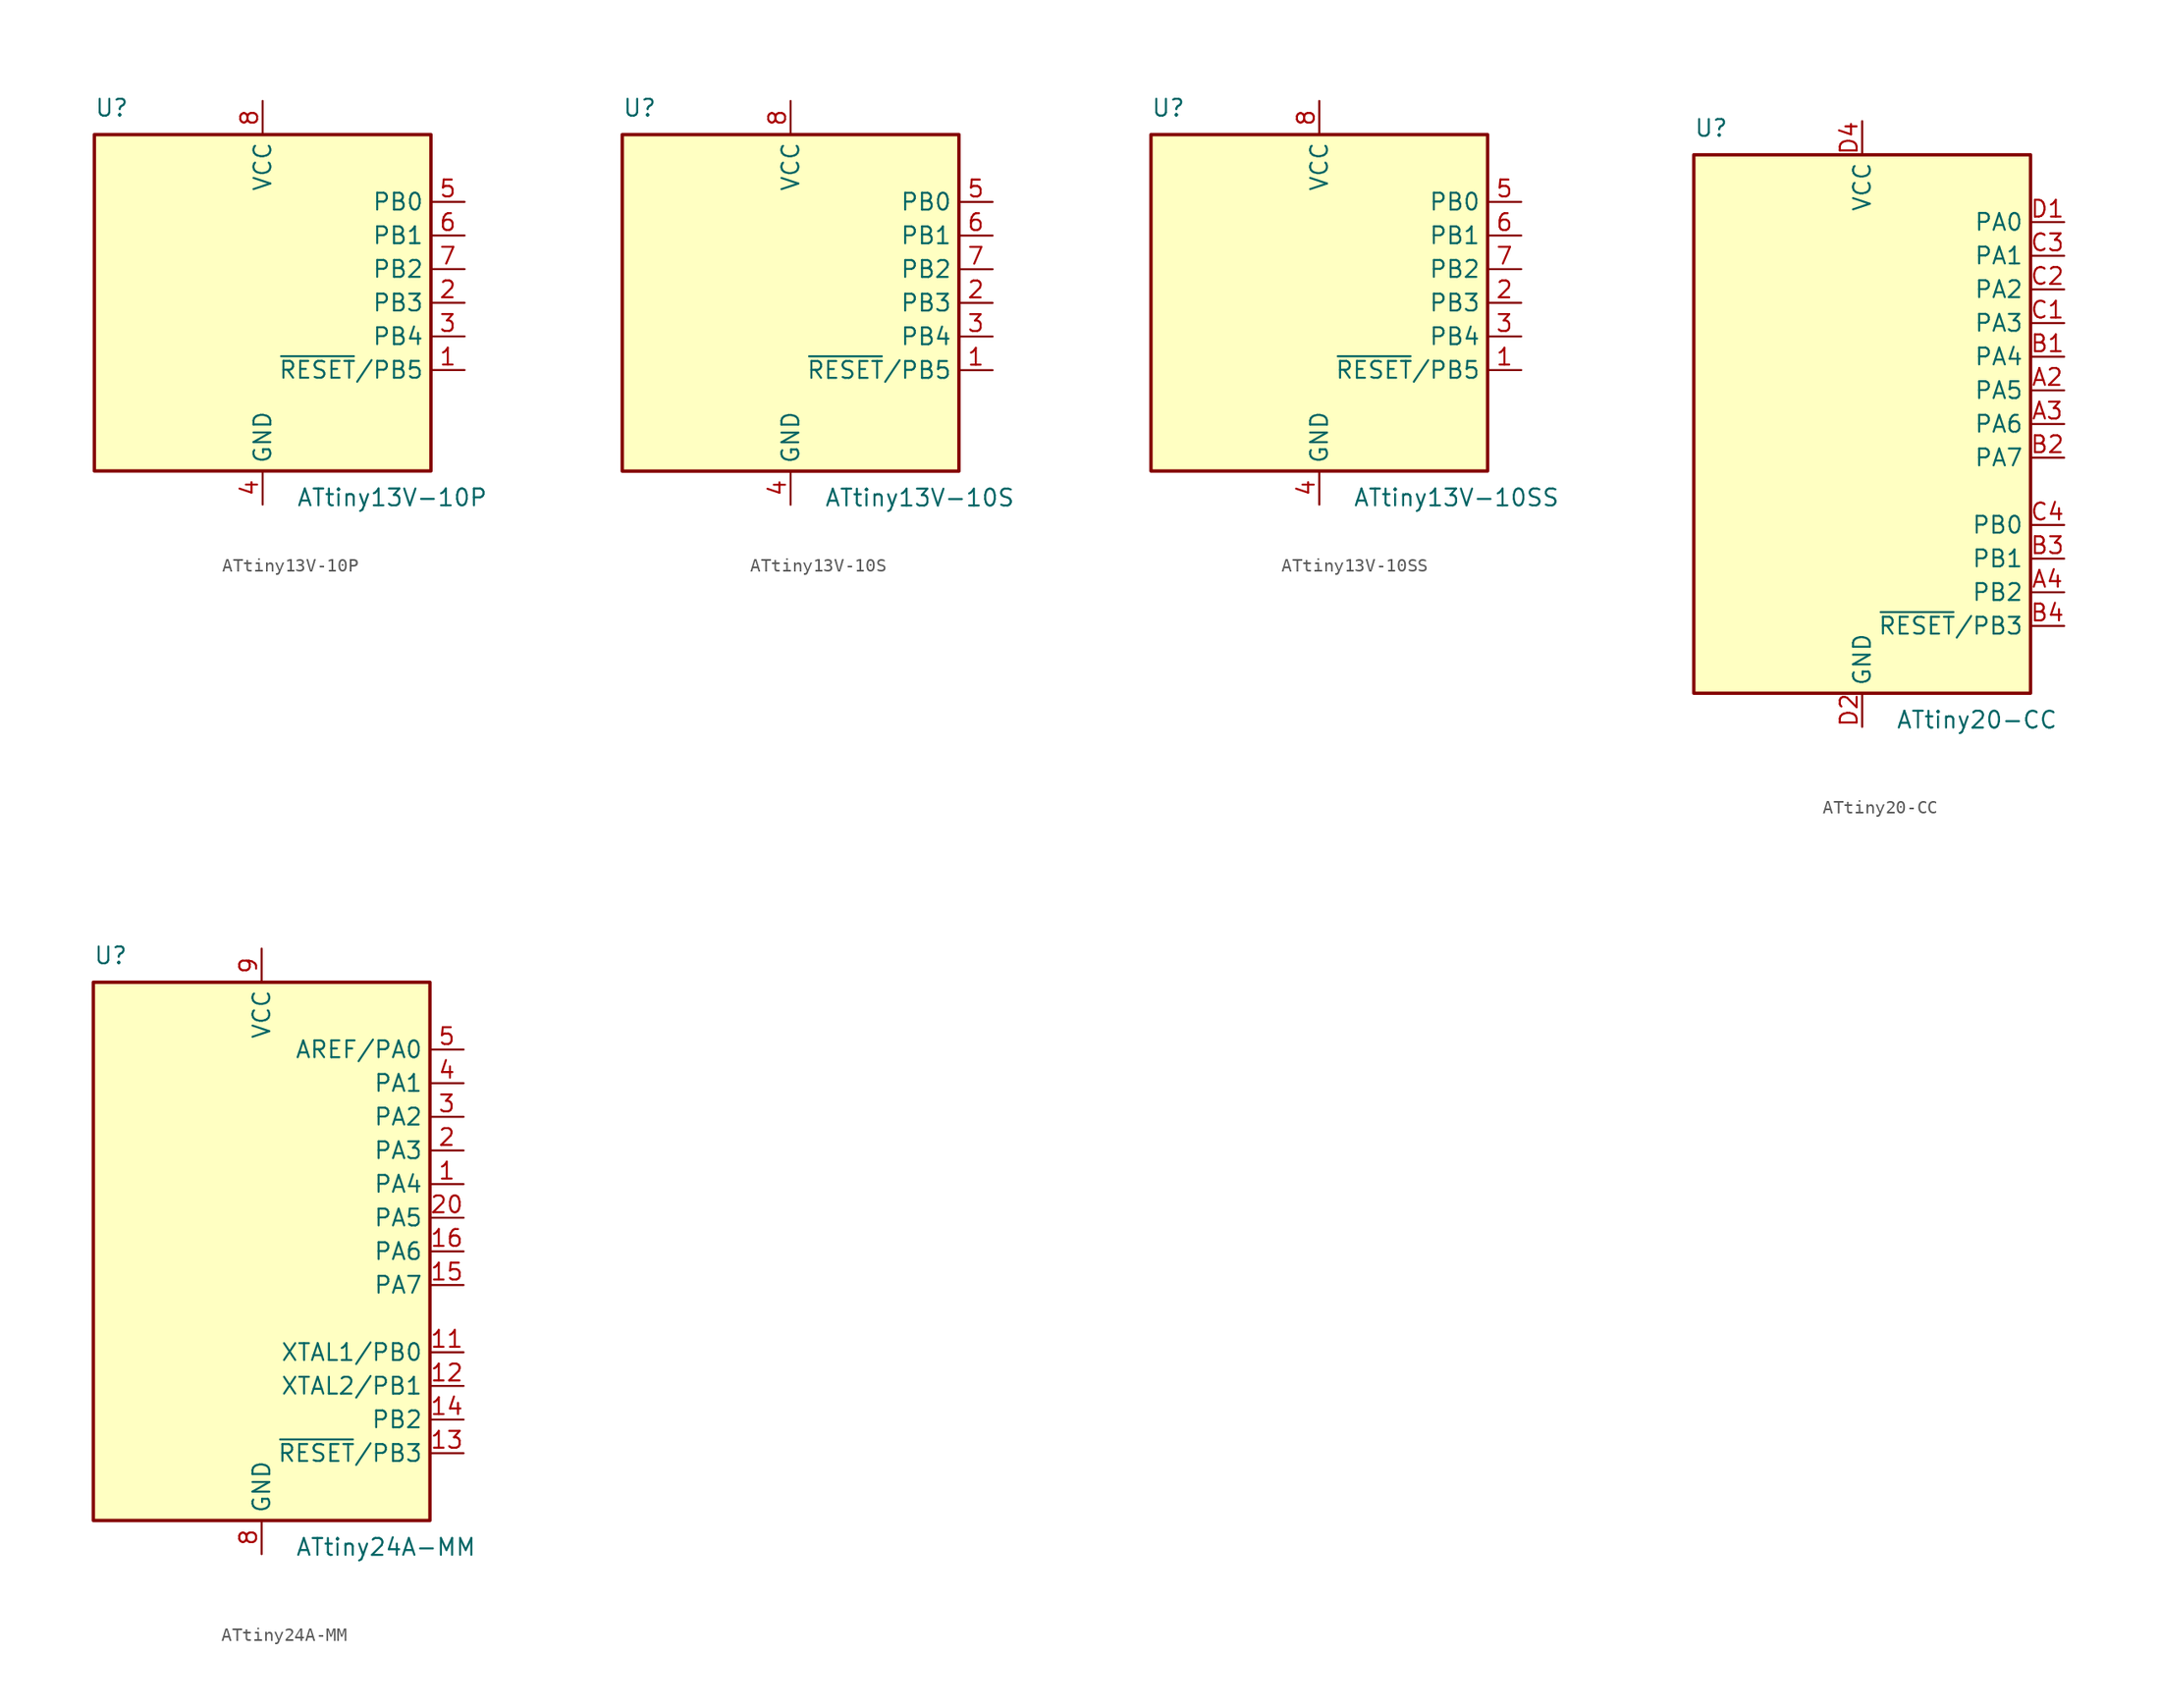
<source format=kicad_sym>
(kicad_symbol_lib
  (version 20220914)
  (generator kicad_symbol_editor)
  (symbol "ATtiny13V-10P"
    (property "Reference" "U"
      (at -12.7 13.97 0)
      (effects (font (size 1.27 1.27)) (justify left bottom)))
    (property "Value" "ATtiny13V-10P"
      (at 2.54 -13.97 0)
      (effects (font (size 1.27 1.27)) (justify left top)))
    (symbol "ATtiny13V-10P_0_1"
      (rectangle (start -12.7 -12.7) (end 12.7 12.7) (stroke (width 0.254) (type default)) (fill (type background))))
    (symbol "ATtiny13V-10P_1_1"
      (pin bidirectional line (at 15.24 -5.08 180) (length 2.54) (name "~{RESET}/PB5" (effects (font (size 1.27 1.27)))) (number "1" (effects (font (size 1.27 1.27)))))
      (pin bidirectional line (at 15.24 0 180) (length 2.54) (name "PB3" (effects (font (size 1.27 1.27)))) (number "2" (effects (font (size 1.27 1.27)))))
      (pin bidirectional line (at 15.24 -2.54 180) (length 2.54) (name "PB4" (effects (font (size 1.27 1.27)))) (number "3" (effects (font (size 1.27 1.27)))))
      (pin power_in line (at 0 -15.24 90) (length 2.54) (name "GND" (effects (font (size 1.27 1.27)))) (number "4" (effects (font (size 1.27 1.27)))))
      (pin bidirectional line (at 15.24 7.62 180) (length 2.54) (name "PB0" (effects (font (size 1.27 1.27)))) (number "5" (effects (font (size 1.27 1.27)))))
      (pin bidirectional line (at 15.24 5.08 180) (length 2.54) (name "PB1" (effects (font (size 1.27 1.27)))) (number "6" (effects (font (size 1.27 1.27)))))
      (pin bidirectional line (at 15.24 2.54 180) (length 2.54) (name "PB2" (effects (font (size 1.27 1.27)))) (number "7" (effects (font (size 1.27 1.27)))))
      (pin power_in line (at 0 15.24 270) (length 2.54) (name "VCC" (effects (font (size 1.27 1.27)))) (number "8" (effects (font (size 1.27 1.27)))))))
  (symbol "ATtiny13V-10S"
    (property "Reference" "U"
      (at -12.7 13.97 0)
      (effects (font (size 1.27 1.27)) (justify left bottom)))
    (property "Value" "ATtiny13V-10S"
      (at 2.54 -13.97 0)
      (effects (font (size 1.27 1.27)) (justify left top)))
    (symbol "ATtiny13V-10S_0_1"
      (rectangle (start -12.7 -12.7) (end 12.7 12.7) (stroke (width 0.254) (type default)) (fill (type background))))
    (symbol "ATtiny13V-10S_1_1"
      (pin bidirectional line (at 15.24 -5.08 180) (length 2.54) (name "~{RESET}/PB5" (effects (font (size 1.27 1.27)))) (number "1" (effects (font (size 1.27 1.27)))))
      (pin bidirectional line (at 15.24 0 180) (length 2.54) (name "PB3" (effects (font (size 1.27 1.27)))) (number "2" (effects (font (size 1.27 1.27)))))
      (pin bidirectional line (at 15.24 -2.54 180) (length 2.54) (name "PB4" (effects (font (size 1.27 1.27)))) (number "3" (effects (font (size 1.27 1.27)))))
      (pin power_in line (at 0 -15.24 90) (length 2.54) (name "GND" (effects (font (size 1.27 1.27)))) (number "4" (effects (font (size 1.27 1.27)))))
      (pin bidirectional line (at 15.24 7.62 180) (length 2.54) (name "PB0" (effects (font (size 1.27 1.27)))) (number "5" (effects (font (size 1.27 1.27)))))
      (pin bidirectional line (at 15.24 5.08 180) (length 2.54) (name "PB1" (effects (font (size 1.27 1.27)))) (number "6" (effects (font (size 1.27 1.27)))))
      (pin bidirectional line (at 15.24 2.54 180) (length 2.54) (name "PB2" (effects (font (size 1.27 1.27)))) (number "7" (effects (font (size 1.27 1.27)))))
      (pin power_in line (at 0 15.24 270) (length 2.54) (name "VCC" (effects (font (size 1.27 1.27)))) (number "8" (effects (font (size 1.27 1.27)))))))
  (symbol "ATtiny13V-10SS"
    (property "Reference" "U"
      (at -12.7 13.97 0)
      (effects (font (size 1.27 1.27)) (justify left bottom)))
    (property "Value" "ATtiny13V-10SS"
      (at 2.54 -13.97 0)
      (effects (font (size 1.27 1.27)) (justify left top)))
    (symbol "ATtiny13V-10SS_0_1"
      (rectangle (start -12.7 -12.7) (end 12.7 12.7) (stroke (width 0.254) (type default)) (fill (type background))))
    (symbol "ATtiny13V-10SS_1_1"
      (pin bidirectional line (at 15.24 -5.08 180) (length 2.54) (name "~{RESET}/PB5" (effects (font (size 1.27 1.27)))) (number "1" (effects (font (size 1.27 1.27)))))
      (pin bidirectional line (at 15.24 0 180) (length 2.54) (name "PB3" (effects (font (size 1.27 1.27)))) (number "2" (effects (font (size 1.27 1.27)))))
      (pin bidirectional line (at 15.24 -2.54 180) (length 2.54) (name "PB4" (effects (font (size 1.27 1.27)))) (number "3" (effects (font (size 1.27 1.27)))))
      (pin power_in line (at 0 -15.24 90) (length 2.54) (name "GND" (effects (font (size 1.27 1.27)))) (number "4" (effects (font (size 1.27 1.27)))))
      (pin bidirectional line (at 15.24 7.62 180) (length 2.54) (name "PB0" (effects (font (size 1.27 1.27)))) (number "5" (effects (font (size 1.27 1.27)))))
      (pin bidirectional line (at 15.24 5.08 180) (length 2.54) (name "PB1" (effects (font (size 1.27 1.27)))) (number "6" (effects (font (size 1.27 1.27)))))
      (pin bidirectional line (at 15.24 2.54 180) (length 2.54) (name "PB2" (effects (font (size 1.27 1.27)))) (number "7" (effects (font (size 1.27 1.27)))))
      (pin power_in line (at 0 15.24 270) (length 2.54) (name "VCC" (effects (font (size 1.27 1.27)))) (number "8" (effects (font (size 1.27 1.27)))))))
  (symbol "ATtiny20-CC"
    (property "Reference" "U"
      (at -12.7 21.59 0)
      (effects (font (size 1.27 1.27)) (justify left bottom)))
    (property "Value" "ATtiny20-CC"
      (at 2.54 -21.59 0)
      (effects (font (size 1.27 1.27)) (justify left top)))
    (symbol "ATtiny20-CC_0_1"
      (rectangle (start -12.7 -20.32) (end 12.7 20.32) (stroke (width 0.254) (type default)) (fill (type background))))
    (symbol "ATtiny20-CC_1_1"
      (pin bidirectional line (at 15.24 2.54 180) (length 2.54) (name "PA5" (effects (font (size 1.27 1.27)))) (number "A2" (effects (font (size 1.27 1.27)))))
      (pin bidirectional line (at 15.24 0 180) (length 2.54) (name "PA6" (effects (font (size 1.27 1.27)))) (number "A3" (effects (font (size 1.27 1.27)))))
      (pin bidirectional line (at 15.24 -12.7 180) (length 2.54) (name "PB2" (effects (font (size 1.27 1.27)))) (number "A4" (effects (font (size 1.27 1.27)))))
      (pin bidirectional line (at 15.24 5.08 180) (length 2.54) (name "PA4" (effects (font (size 1.27 1.27)))) (number "B1" (effects (font (size 1.27 1.27)))))
      (pin bidirectional line (at 15.24 -2.54 180) (length 2.54) (name "PA7" (effects (font (size 1.27 1.27)))) (number "B2" (effects (font (size 1.27 1.27)))))
      (pin bidirectional line (at 15.24 -10.16 180) (length 2.54) (name "PB1" (effects (font (size 1.27 1.27)))) (number "B3" (effects (font (size 1.27 1.27)))))
      (pin bidirectional line (at 15.24 -15.24 180) (length 2.54) (name "~{RESET}/PB3" (effects (font (size 1.27 1.27)))) (number "B4" (effects (font (size 1.27 1.27)))))
      (pin bidirectional line (at 15.24 7.62 180) (length 2.54) (name "PA3" (effects (font (size 1.27 1.27)))) (number "C1" (effects (font (size 1.27 1.27)))))
      (pin bidirectional line (at 15.24 10.16 180) (length 2.54) (name "PA2" (effects (font (size 1.27 1.27)))) (number "C2" (effects (font (size 1.27 1.27)))))
      (pin bidirectional line (at 15.24 12.7 180) (length 2.54) (name "PA1" (effects (font (size 1.27 1.27)))) (number "C3" (effects (font (size 1.27 1.27)))))
      (pin bidirectional line (at 15.24 -7.62 180) (length 2.54) (name "PB0" (effects (font (size 1.27 1.27)))) (number "C4" (effects (font (size 1.27 1.27)))))
      (pin bidirectional line (at 15.24 15.24 180) (length 2.54) (name "PA0" (effects (font (size 1.27 1.27)))) (number "D1" (effects (font (size 1.27 1.27)))))
      (pin power_in line (at 0 -22.86 90) (length 2.54) (name "GND" (effects (font (size 1.27 1.27)))) (number "D2" (effects (font (size 1.27 1.27)))))
      (pin passive line (at 0 -22.86 90) (length 2.54) hide (name "GND" (effects (font (size 1.27 1.27)))) (number "D3" (effects (font (size 1.27 1.27)))))
      (pin power_in line (at 0 22.86 270) (length 2.54) (name "VCC" (effects (font (size 1.27 1.27)))) (number "D4" (effects (font (size 1.27 1.27)))))))
  (symbol "ATtiny24A-MM"
    (property "Reference" "U"
      (at -12.7 21.59 0)
      (effects (font (size 1.27 1.27)) (justify left bottom)))
    (property "Value" "ATtiny24A-MM"
      (at 2.54 -21.59 0)
      (effects (font (size 1.27 1.27)) (justify left top)))
    (symbol "ATtiny24A-MM_0_1"
      (rectangle (start -12.7 -20.32) (end 12.7 20.32) (stroke (width 0.254) (type default)) (fill (type background))))
    (symbol "ATtiny24A-MM_1_1"
      (pin bidirectional line (at 15.24 5.08 180) (length 2.54) (name "PA4" (effects (font (size 1.27 1.27)))) (number "1" (effects (font (size 1.27 1.27)))))
      (pin no_connect line (at -12.7 -10.16 0) (length 2.54) hide (name "NC" (effects (font (size 1.27 1.27)))) (number "10" (effects (font (size 1.27 1.27)))))
      (pin bidirectional line (at 15.24 -7.62 180) (length 2.54) (name "XTAL1/PB0" (effects (font (size 1.27 1.27)))) (number "11" (effects (font (size 1.27 1.27)))))
      (pin bidirectional line (at 15.24 -10.16 180) (length 2.54) (name "XTAL2/PB1" (effects (font (size 1.27 1.27)))) (number "12" (effects (font (size 1.27 1.27)))))
      (pin bidirectional line (at 15.24 -15.24 180) (length 2.54) (name "~{RESET}/PB3" (effects (font (size 1.27 1.27)))) (number "13" (effects (font (size 1.27 1.27)))))
      (pin bidirectional line (at 15.24 -12.7 180) (length 2.54) (name "PB2" (effects (font (size 1.27 1.27)))) (number "14" (effects (font (size 1.27 1.27)))))
      (pin bidirectional line (at 15.24 -2.54 180) (length 2.54) (name "PA7" (effects (font (size 1.27 1.27)))) (number "15" (effects (font (size 1.27 1.27)))))
      (pin bidirectional line (at 15.24 0 180) (length 2.54) (name "PA6" (effects (font (size 1.27 1.27)))) (number "16" (effects (font (size 1.27 1.27)))))
      (pin no_connect line (at -12.7 -12.7 0) (length 2.54) hide (name "NC" (effects (font (size 1.27 1.27)))) (number "17" (effects (font (size 1.27 1.27)))))
      (pin no_connect line (at -12.7 -15.24 0) (length 2.54) hide (name "NC" (effects (font (size 1.27 1.27)))) (number "18" (effects (font (size 1.27 1.27)))))
      (pin no_connect line (at -12.7 -17.78 0) (length 2.54) hide (name "NC" (effects (font (size 1.27 1.27)))) (number "19" (effects (font (size 1.27 1.27)))))
      (pin bidirectional line (at 15.24 7.62 180) (length 2.54) (name "PA3" (effects (font (size 1.27 1.27)))) (number "2" (effects (font (size 1.27 1.27)))))
      (pin bidirectional line (at 15.24 2.54 180) (length 2.54) (name "PA5" (effects (font (size 1.27 1.27)))) (number "20" (effects (font (size 1.27 1.27)))))
      (pin passive line (at 0 -22.86 90) (length 2.54) hide (name "GND" (effects (font (size 1.27 1.27)))) (number "21" (effects (font (size 1.27 1.27)))))
      (pin bidirectional line (at 15.24 10.16 180) (length 2.54) (name "PA2" (effects (font (size 1.27 1.27)))) (number "3" (effects (font (size 1.27 1.27)))))
      (pin bidirectional line (at 15.24 12.7 180) (length 2.54) (name "PA1" (effects (font (size 1.27 1.27)))) (number "4" (effects (font (size 1.27 1.27)))))
      (pin bidirectional line (at 15.24 15.24 180) (length 2.54) (name "AREF/PA0" (effects (font (size 1.27 1.27)))) (number "5" (effects (font (size 1.27 1.27)))))
      (pin no_connect line (at -12.7 -5.08 0) (length 2.54) hide (name "NC" (effects (font (size 1.27 1.27)))) (number "6" (effects (font (size 1.27 1.27)))))
      (pin no_connect line (at -12.7 -7.62 0) (length 2.54) hide (name "NC" (effects (font (size 1.27 1.27)))) (number "7" (effects (font (size 1.27 1.27)))))
      (pin power_in line (at 0 -22.86 90) (length 2.54) (name "GND" (effects (font (size 1.27 1.27)))) (number "8" (effects (font (size 1.27 1.27)))))
      (pin power_in line (at 0 22.86 270) (length 2.54) (name "VCC" (effects (font (size 1.27 1.27)))) (number "9" (effects (font (size 1.27 1.27))))))))
</source>
